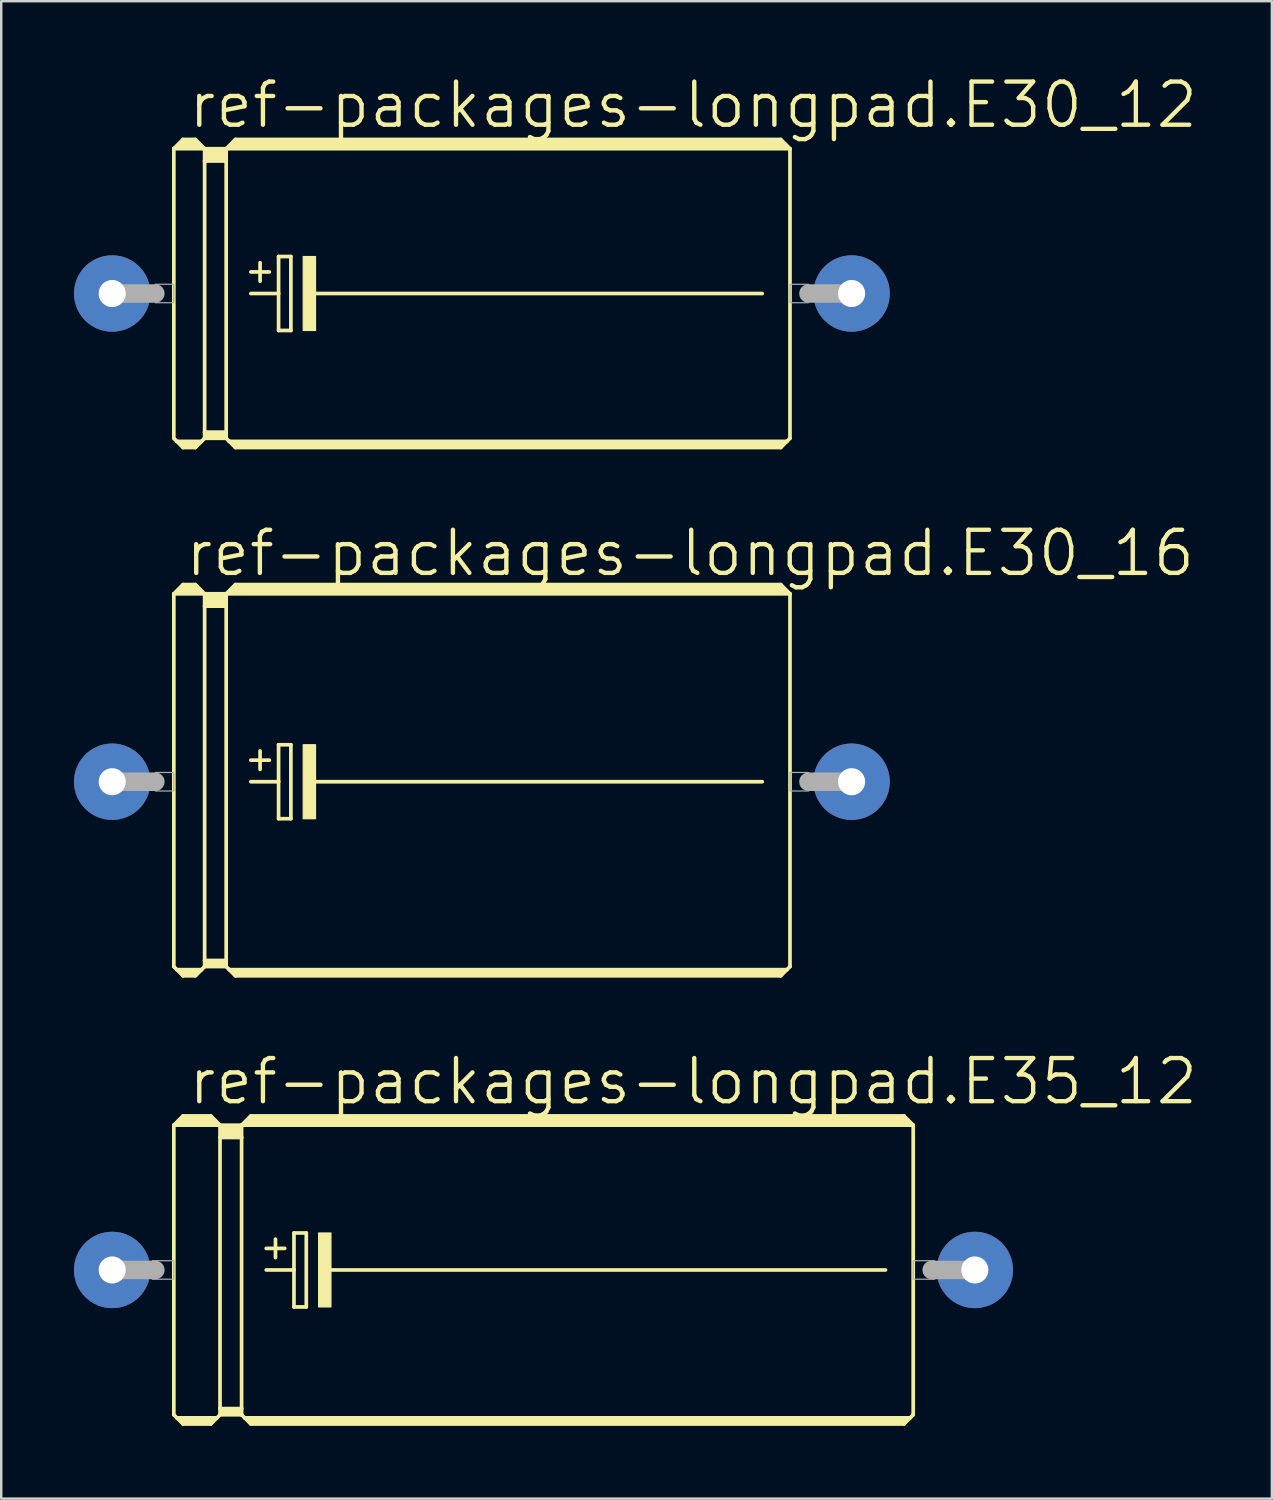
<source format=kicad_pcb>
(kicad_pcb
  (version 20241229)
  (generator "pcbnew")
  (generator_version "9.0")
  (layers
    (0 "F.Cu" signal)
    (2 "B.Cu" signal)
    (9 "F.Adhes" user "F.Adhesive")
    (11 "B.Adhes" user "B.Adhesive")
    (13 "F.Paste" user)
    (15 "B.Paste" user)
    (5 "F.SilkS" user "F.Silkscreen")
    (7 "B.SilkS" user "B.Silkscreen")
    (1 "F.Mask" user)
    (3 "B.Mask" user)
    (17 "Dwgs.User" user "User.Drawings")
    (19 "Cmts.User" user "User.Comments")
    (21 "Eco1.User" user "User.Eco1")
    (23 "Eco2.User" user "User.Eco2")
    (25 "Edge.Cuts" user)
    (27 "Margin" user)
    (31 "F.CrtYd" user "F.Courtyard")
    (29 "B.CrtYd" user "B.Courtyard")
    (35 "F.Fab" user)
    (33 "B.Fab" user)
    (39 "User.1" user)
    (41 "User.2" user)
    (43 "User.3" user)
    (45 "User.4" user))
  (footprint "ref-packages-longpad.E30_12"
    (layer "F.Cu")
    (at 16.815 9.049)
    (property "Reference" "ref-packages-longpad.E30_12" (at -12.192 -6.731 0) (layer "F.SilkS") (effects (font (size 1.778 1.778) (thickness 0.18)) (justify left bottom)))
    (attr through_hole)
    (fp_line (start -12.7 -5.969) (end -12.7 5.969) (stroke (width 0.152) (type default)) (layer "F.SilkS"))
    (fp_line (start -12.7 -5.969) (end -12.319 -6.35) (stroke (width 0.152) (type default)) (layer "F.SilkS"))
    (fp_line (start -12.7 -5.969) (end -11.43 -5.969) (stroke (width 0.152) (type default)) (layer "F.SilkS"))
    (fp_line (start -12.7 5.969) (end -12.573 6.096) (stroke (width 0.152) (type default)) (layer "F.SilkS"))
    (fp_line (start -12.573 6.096) (end -12.319 6.35) (stroke (width 0.152) (type default)) (layer "F.SilkS"))
    (fp_line (start -12.573 6.096) (end -11.557 6.096) (stroke (width 0.152) (type default)) (layer "F.SilkS"))
    (fp_line (start -12.446 -6.096) (end -11.684 -6.096) (stroke (width 0.305) (type default)) (layer "F.SilkS"))
    (fp_line (start -12.319 -6.35) (end -11.811 -6.35) (stroke (width 0.152) (type default)) (layer "F.SilkS"))
    (fp_line (start -12.319 -6.223) (end -11.811 -6.223) (stroke (width 0.305) (type default)) (layer "F.SilkS"))
    (fp_line (start -12.319 6.223) (end -11.811 6.223) (stroke (width 0.305) (type default)) (layer "F.SilkS"))
    (fp_line (start -12.319 6.35) (end -11.811 6.35) (stroke (width 0.152) (type default)) (layer "F.SilkS"))
    (fp_line (start -11.557 6.096) (end -11.811 6.35) (stroke (width 0.152) (type default)) (layer "F.SilkS"))
    (fp_line (start -11.43 -5.969) (end -11.811 -6.35) (stroke (width 0.152) (type default)) (layer "F.SilkS"))
    (fp_line (start -11.43 -5.969) (end -11.43 -5.461) (stroke (width 0.152) (type default)) (layer "F.SilkS"))
    (fp_line (start -11.43 -5.969) (end -10.541 -5.969) (stroke (width 0.152) (type default)) (layer "F.SilkS"))
    (fp_line (start -11.43 -5.461) (end -11.43 5.715) (stroke (width 0.152) (type default)) (layer "F.SilkS"))
    (fp_line (start -11.43 -5.461) (end -10.541 -5.461) (stroke (width 0.152) (type default)) (layer "F.SilkS"))
    (fp_line (start -11.43 5.715) (end -11.43 5.969) (stroke (width 0.152) (type default)) (layer "F.SilkS"))
    (fp_line (start -11.43 5.715) (end -10.541 5.715) (stroke (width 0.152) (type default)) (layer "F.SilkS"))
    (fp_line (start -11.43 5.969) (end -11.557 6.096) (stroke (width 0.152) (type default)) (layer "F.SilkS"))
    (fp_line (start -11.43 5.969) (end -10.541 5.969) (stroke (width 0.152) (type default)) (layer "F.SilkS"))
    (fp_line (start -11.303 -5.842) (end -10.668 -5.842) (stroke (width 0.305) (type default)) (layer "F.SilkS"))
    (fp_line (start -11.303 -5.588) (end -10.668 -5.588) (stroke (width 0.305) (type default)) (layer "F.SilkS"))
    (fp_line (start -11.303 5.842) (end -10.668 5.842) (stroke (width 0.305) (type default)) (layer "F.SilkS"))
    (fp_line (start -10.541 -5.969) (end -10.541 -5.461) (stroke (width 0.152) (type default)) (layer "F.SilkS"))
    (fp_line (start -10.541 -5.969) (end -10.16 -6.35) (stroke (width 0.152) (type default)) (layer "F.SilkS"))
    (fp_line (start -10.541 -5.969) (end 12.7 -5.969) (stroke (width 0.152) (type default)) (layer "F.SilkS"))
    (fp_line (start -10.541 -5.461) (end -10.541 5.715) (stroke (width 0.152) (type default)) (layer "F.SilkS"))
    (fp_line (start -10.541 5.715) (end -10.541 5.969) (stroke (width 0.152) (type default)) (layer "F.SilkS"))
    (fp_line (start -10.414 6.096) (end -10.541 5.969) (stroke (width 0.152) (type default)) (layer "F.SilkS"))
    (fp_line (start -10.414 6.096) (end 12.573 6.096) (stroke (width 0.152) (type default)) (layer "F.SilkS"))
    (fp_line (start -10.287 -6.096) (end 12.446 -6.096) (stroke (width 0.305) (type default)) (layer "F.SilkS"))
    (fp_line (start -10.16 -6.223) (end 12.319 -6.223) (stroke (width 0.305) (type default)) (layer "F.SilkS"))
    (fp_line (start -10.16 6.223) (end 12.319 6.223) (stroke (width 0.305) (type default)) (layer "F.SilkS"))
    (fp_line (start -10.16 6.35) (end -10.414 6.096) (stroke (width 0.152) (type default)) (layer "F.SilkS"))
    (fp_line (start -9.525 -0.889) (end -8.763 -0.889) (stroke (width 0.152) (type default)) (layer "F.SilkS"))
    (fp_line (start -9.525 0) (end -8.382 0) (stroke (width 0.152) (type default)) (layer "F.SilkS"))
    (fp_line (start -9.144 -1.27) (end -9.144 -0.508) (stroke (width 0.152) (type default)) (layer "F.SilkS"))
    (fp_line (start -8.382 -1.524) (end -8.382 0) (stroke (width 0.152) (type default)) (layer "F.SilkS"))
    (fp_line (start -8.382 0) (end -8.382 1.524) (stroke (width 0.152) (type default)) (layer "F.SilkS"))
    (fp_line (start -8.382 1.524) (end -7.874 1.524) (stroke (width 0.152) (type default)) (layer "F.SilkS"))
    (fp_line (start -7.874 -1.524) (end -8.382 -1.524) (stroke (width 0.152) (type default)) (layer "F.SilkS"))
    (fp_line (start -7.874 1.524) (end -7.874 -1.524) (stroke (width 0.152) (type default)) (layer "F.SilkS"))
    (fp_line (start -6.985 0) (end 11.557 0) (stroke (width 0.152) (type default)) (layer "F.SilkS"))
    (fp_line (start 12.319 -6.35) (end -10.16 -6.35) (stroke (width 0.152) (type default)) (layer "F.SilkS"))
    (fp_line (start 12.319 6.35) (end -10.16 6.35) (stroke (width 0.152) (type default)) (layer "F.SilkS"))
    (fp_line (start 12.573 6.096) (end 12.319 6.35) (stroke (width 0.152) (type default)) (layer "F.SilkS"))
    (fp_line (start 12.7 -5.969) (end 12.319 -6.35) (stroke (width 0.152) (type default)) (layer "F.SilkS"))
    (fp_line (start 12.7 -5.969) (end 12.7 5.969) (stroke (width 0.152) (type default)) (layer "F.SilkS"))
    (fp_line (start 12.7 5.969) (end 12.573 6.096) (stroke (width 0.152) (type default)) (layer "F.SilkS"))
    (fp_rect (start -7.366 1.524) (end -6.858 -1.524) (stroke (width 0.05) (type default)) (fill yes) (layer "F.SilkS"))
    (fp_line (start -15.24 0) (end -13.462 0) (stroke (width 0.762) (type default)) (layer "F.Fab"))
    (fp_line (start 15.24 0) (end 13.462 0) (stroke (width 0.762) (type default)) (layer "F.Fab"))
    (fp_rect (start -13.462 0.381) (end -12.7 -0.381) (stroke (width 0.05) (type default)) (fill no) (layer "F.Fab"))
    (fp_rect (start 12.7 0.381) (end 13.462 -0.381) (stroke (width 0.05) (type default)) (fill no) (layer "F.Fab"))
    (pad "+" thru_hole circle (at -15.24 0) (size 3.15 3.15) (drill 1.118) (layers "*.Cu" "*.Mask"))
    (pad "-" thru_hole circle (at 15.24 0) (size 3.15 3.15) (drill 1.118) (layers "*.Cu" "*.Mask")))
  (footprint "ref-packages-longpad.E35_12"
    (layer "F.Cu")
    (at 19.355 49.301)
    (property "Reference" "ref-packages-longpad.E35_12" (at -14.732 -6.731 0) (layer "F.SilkS") (effects (font (size 1.778 1.778) (thickness 0.18)) (justify left bottom)))
    (attr through_hole)
    (fp_line (start -15.24 -5.969) (end -15.24 5.969) (stroke (width 0.152) (type default)) (layer "F.SilkS"))
    (fp_line (start -15.24 -5.969) (end -14.859 -6.35) (stroke (width 0.152) (type default)) (layer "F.SilkS"))
    (fp_line (start -15.24 -5.969) (end -13.335 -5.969) (stroke (width 0.152) (type default)) (layer "F.SilkS"))
    (fp_line (start -15.24 5.969) (end -15.113 6.096) (stroke (width 0.152) (type default)) (layer "F.SilkS"))
    (fp_line (start -15.113 6.096) (end -14.859 6.35) (stroke (width 0.152) (type default)) (layer "F.SilkS"))
    (fp_line (start -15.113 6.096) (end -13.462 6.096) (stroke (width 0.152) (type default)) (layer "F.SilkS"))
    (fp_line (start -14.986 -6.096) (end -13.589 -6.096) (stroke (width 0.305) (type default)) (layer "F.SilkS"))
    (fp_line (start -14.859 -6.35) (end -13.716 -6.35) (stroke (width 0.152) (type default)) (layer "F.SilkS"))
    (fp_line (start -14.859 -6.223) (end -13.716 -6.223) (stroke (width 0.305) (type default)) (layer "F.SilkS"))
    (fp_line (start -14.859 6.223) (end -13.716 6.223) (stroke (width 0.305) (type default)) (layer "F.SilkS"))
    (fp_line (start -14.859 6.35) (end -13.716 6.35) (stroke (width 0.152) (type default)) (layer "F.SilkS"))
    (fp_line (start -13.462 6.096) (end -13.716 6.35) (stroke (width 0.152) (type default)) (layer "F.SilkS"))
    (fp_line (start -13.335 -5.969) (end -13.716 -6.35) (stroke (width 0.152) (type default)) (layer "F.SilkS"))
    (fp_line (start -13.335 -5.969) (end -13.335 -5.461) (stroke (width 0.152) (type default)) (layer "F.SilkS"))
    (fp_line (start -13.335 -5.969) (end -12.446 -5.969) (stroke (width 0.152) (type default)) (layer "F.SilkS"))
    (fp_line (start -13.335 -5.461) (end -13.335 5.715) (stroke (width 0.152) (type default)) (layer "F.SilkS"))
    (fp_line (start -13.335 -5.461) (end -12.446 -5.461) (stroke (width 0.152) (type default)) (layer "F.SilkS"))
    (fp_line (start -13.335 5.715) (end -13.335 5.969) (stroke (width 0.152) (type default)) (layer "F.SilkS"))
    (fp_line (start -13.335 5.715) (end -12.446 5.715) (stroke (width 0.152) (type default)) (layer "F.SilkS"))
    (fp_line (start -13.335 5.969) (end -13.462 6.096) (stroke (width 0.152) (type default)) (layer "F.SilkS"))
    (fp_line (start -13.335 5.969) (end -12.446 5.969) (stroke (width 0.152) (type default)) (layer "F.SilkS"))
    (fp_line (start -13.208 -5.842) (end -12.573 -5.842) (stroke (width 0.305) (type default)) (layer "F.SilkS"))
    (fp_line (start -13.208 -5.588) (end -12.573 -5.588) (stroke (width 0.305) (type default)) (layer "F.SilkS"))
    (fp_line (start -13.208 5.842) (end -12.573 5.842) (stroke (width 0.305) (type default)) (layer "F.SilkS"))
    (fp_line (start -12.446 -5.969) (end -12.446 -5.461) (stroke (width 0.152) (type default)) (layer "F.SilkS"))
    (fp_line (start -12.446 -5.969) (end -12.065 -6.35) (stroke (width 0.152) (type default)) (layer "F.SilkS"))
    (fp_line (start -12.446 -5.969) (end 15.24 -5.969) (stroke (width 0.152) (type default)) (layer "F.SilkS"))
    (fp_line (start -12.446 -5.461) (end -12.446 5.715) (stroke (width 0.152) (type default)) (layer "F.SilkS"))
    (fp_line (start -12.446 5.715) (end -12.446 5.969) (stroke (width 0.152) (type default)) (layer "F.SilkS"))
    (fp_line (start -12.319 6.096) (end -12.446 5.969) (stroke (width 0.152) (type default)) (layer "F.SilkS"))
    (fp_line (start -12.319 6.096) (end 15.113 6.096) (stroke (width 0.152) (type default)) (layer "F.SilkS"))
    (fp_line (start -12.192 -6.096) (end 14.986 -6.096) (stroke (width 0.305) (type default)) (layer "F.SilkS"))
    (fp_line (start -12.065 -6.223) (end 14.859 -6.223) (stroke (width 0.305) (type default)) (layer "F.SilkS"))
    (fp_line (start -12.065 6.223) (end 14.859 6.223) (stroke (width 0.305) (type default)) (layer "F.SilkS"))
    (fp_line (start -12.065 6.35) (end -12.319 6.096) (stroke (width 0.152) (type default)) (layer "F.SilkS"))
    (fp_line (start -11.43 -0.889) (end -10.668 -0.889) (stroke (width 0.152) (type default)) (layer "F.SilkS"))
    (fp_line (start -11.43 0) (end -10.287 0) (stroke (width 0.152) (type default)) (layer "F.SilkS"))
    (fp_line (start -11.049 -1.27) (end -11.049 -0.508) (stroke (width 0.152) (type default)) (layer "F.SilkS"))
    (fp_line (start -10.287 -1.524) (end -10.287 0) (stroke (width 0.152) (type default)) (layer "F.SilkS"))
    (fp_line (start -10.287 0) (end -10.287 1.524) (stroke (width 0.152) (type default)) (layer "F.SilkS"))
    (fp_line (start -10.287 1.524) (end -9.779 1.524) (stroke (width 0.152) (type default)) (layer "F.SilkS"))
    (fp_line (start -9.779 -1.524) (end -10.287 -1.524) (stroke (width 0.152) (type default)) (layer "F.SilkS"))
    (fp_line (start -9.779 1.524) (end -9.779 -1.524) (stroke (width 0.152) (type default)) (layer "F.SilkS"))
    (fp_line (start -8.89 0) (end 14.097 0) (stroke (width 0.152) (type default)) (layer "F.SilkS"))
    (fp_line (start 14.859 -6.35) (end -12.065 -6.35) (stroke (width 0.152) (type default)) (layer "F.SilkS"))
    (fp_line (start 14.859 6.35) (end -12.065 6.35) (stroke (width 0.152) (type default)) (layer "F.SilkS"))
    (fp_line (start 15.113 6.096) (end 14.859 6.35) (stroke (width 0.152) (type default)) (layer "F.SilkS"))
    (fp_line (start 15.24 -5.969) (end 14.859 -6.35) (stroke (width 0.152) (type default)) (layer "F.SilkS"))
    (fp_line (start 15.24 -5.969) (end 15.24 5.969) (stroke (width 0.152) (type default)) (layer "F.SilkS"))
    (fp_line (start 15.24 5.969) (end 15.113 6.096) (stroke (width 0.152) (type default)) (layer "F.SilkS"))
    (fp_rect (start -9.271 1.524) (end -8.763 -1.524) (stroke (width 0.05) (type default)) (fill yes) (layer "F.SilkS"))
    (fp_line (start -17.78 0) (end -16.002 0) (stroke (width 0.762) (type default)) (layer "F.Fab"))
    (fp_line (start 17.78 0) (end 16.002 0) (stroke (width 0.762) (type default)) (layer "F.Fab"))
    (fp_rect (start -16.129 0.381) (end -15.24 -0.381) (stroke (width 0.05) (type default)) (fill no) (layer "F.Fab"))
    (fp_rect (start 15.24 0.381) (end 16.129 -0.381) (stroke (width 0.05) (type default)) (fill no) (layer "F.Fab"))
    (pad "+" thru_hole circle (at -17.78 0) (size 3.15 3.15) (drill 1.118) (layers "*.Cu" "*.Mask"))
    (pad "-" thru_hole circle (at 17.78 0) (size 3.15 3.15) (drill 1.118) (layers "*.Cu" "*.Mask")))
  (footprint "ref-packages-longpad.E30_16"
    (layer "F.Cu")
    (at 16.815 29.175)
    (property "Reference" "ref-packages-longpad.E30_16" (at -12.319 -8.382 0) (layer "F.SilkS") (effects (font (size 1.778 1.778) (thickness 0.18)) (justify left bottom)))
    (attr through_hole)
    (fp_line (start -12.7 -7.747) (end -12.7 7.62) (stroke (width 0.152) (type default)) (layer "F.SilkS"))
    (fp_line (start -12.7 -7.747) (end -12.319 -8.128) (stroke (width 0.152) (type default)) (layer "F.SilkS"))
    (fp_line (start -12.7 -7.747) (end -11.43 -7.747) (stroke (width 0.152) (type default)) (layer "F.SilkS"))
    (fp_line (start -12.7 7.62) (end -12.573 7.747) (stroke (width 0.152) (type default)) (layer "F.SilkS"))
    (fp_line (start -12.573 7.747) (end -12.319 8.001) (stroke (width 0.152) (type default)) (layer "F.SilkS"))
    (fp_line (start -12.573 7.747) (end -11.557 7.747) (stroke (width 0.152) (type default)) (layer "F.SilkS"))
    (fp_line (start -12.446 -7.874) (end -11.684 -7.874) (stroke (width 0.305) (type default)) (layer "F.SilkS"))
    (fp_line (start -12.319 -8.128) (end -11.811 -8.128) (stroke (width 0.152) (type default)) (layer "F.SilkS"))
    (fp_line (start -12.319 -8.001) (end -11.811 -8.001) (stroke (width 0.305) (type default)) (layer "F.SilkS"))
    (fp_line (start -12.319 7.874) (end -11.811 7.874) (stroke (width 0.305) (type default)) (layer "F.SilkS"))
    (fp_line (start -12.319 8.001) (end -11.811 8.001) (stroke (width 0.152) (type default)) (layer "F.SilkS"))
    (fp_line (start -11.557 7.747) (end -11.811 8.001) (stroke (width 0.152) (type default)) (layer "F.SilkS"))
    (fp_line (start -11.43 -7.747) (end -11.811 -8.128) (stroke (width 0.152) (type default)) (layer "F.SilkS"))
    (fp_line (start -11.43 -7.747) (end -11.43 -7.239) (stroke (width 0.152) (type default)) (layer "F.SilkS"))
    (fp_line (start -11.43 -7.747) (end -10.541 -7.747) (stroke (width 0.152) (type default)) (layer "F.SilkS"))
    (fp_line (start -11.43 -7.239) (end -11.43 7.366) (stroke (width 0.152) (type default)) (layer "F.SilkS"))
    (fp_line (start -11.43 -7.239) (end -10.541 -7.239) (stroke (width 0.152) (type default)) (layer "F.SilkS"))
    (fp_line (start -11.43 7.366) (end -11.43 7.62) (stroke (width 0.152) (type default)) (layer "F.SilkS"))
    (fp_line (start -11.43 7.366) (end -10.541 7.366) (stroke (width 0.152) (type default)) (layer "F.SilkS"))
    (fp_line (start -11.43 7.62) (end -11.557 7.747) (stroke (width 0.152) (type default)) (layer "F.SilkS"))
    (fp_line (start -11.43 7.62) (end -10.541 7.62) (stroke (width 0.152) (type default)) (layer "F.SilkS"))
    (fp_line (start -11.303 -7.62) (end -10.668 -7.62) (stroke (width 0.305) (type default)) (layer "F.SilkS"))
    (fp_line (start -11.303 -7.366) (end -10.668 -7.366) (stroke (width 0.305) (type default)) (layer "F.SilkS"))
    (fp_line (start -11.303 7.493) (end -10.668 7.493) (stroke (width 0.305) (type default)) (layer "F.SilkS"))
    (fp_line (start -10.541 -7.747) (end -10.541 -7.239) (stroke (width 0.152) (type default)) (layer "F.SilkS"))
    (fp_line (start -10.541 -7.747) (end -10.16 -8.128) (stroke (width 0.152) (type default)) (layer "F.SilkS"))
    (fp_line (start -10.541 -7.747) (end 12.7 -7.747) (stroke (width 0.152) (type default)) (layer "F.SilkS"))
    (fp_line (start -10.541 -7.239) (end -10.541 7.366) (stroke (width 0.152) (type default)) (layer "F.SilkS"))
    (fp_line (start -10.541 7.366) (end -10.541 7.62) (stroke (width 0.152) (type default)) (layer "F.SilkS"))
    (fp_line (start -10.414 7.747) (end -10.541 7.62) (stroke (width 0.152) (type default)) (layer "F.SilkS"))
    (fp_line (start -10.414 7.747) (end 12.573 7.747) (stroke (width 0.152) (type default)) (layer "F.SilkS"))
    (fp_line (start -10.287 -7.874) (end 12.446 -7.874) (stroke (width 0.305) (type default)) (layer "F.SilkS"))
    (fp_line (start -10.16 -8.001) (end 12.319 -8.001) (stroke (width 0.305) (type default)) (layer "F.SilkS"))
    (fp_line (start -10.16 7.874) (end 12.319 7.874) (stroke (width 0.305) (type default)) (layer "F.SilkS"))
    (fp_line (start -10.16 8.001) (end -10.414 7.747) (stroke (width 0.152) (type default)) (layer "F.SilkS"))
    (fp_line (start -9.525 -0.889) (end -8.763 -0.889) (stroke (width 0.152) (type default)) (layer "F.SilkS"))
    (fp_line (start -9.525 0) (end -8.382 0) (stroke (width 0.152) (type default)) (layer "F.SilkS"))
    (fp_line (start -9.144 -1.27) (end -9.144 -0.508) (stroke (width 0.152) (type default)) (layer "F.SilkS"))
    (fp_line (start -8.382 -1.524) (end -8.382 0) (stroke (width 0.152) (type default)) (layer "F.SilkS"))
    (fp_line (start -8.382 0) (end -8.382 1.524) (stroke (width 0.152) (type default)) (layer "F.SilkS"))
    (fp_line (start -8.382 1.524) (end -7.874 1.524) (stroke (width 0.152) (type default)) (layer "F.SilkS"))
    (fp_line (start -7.874 -1.524) (end -8.382 -1.524) (stroke (width 0.152) (type default)) (layer "F.SilkS"))
    (fp_line (start -7.874 1.524) (end -7.874 -1.524) (stroke (width 0.152) (type default)) (layer "F.SilkS"))
    (fp_line (start -6.985 0) (end 11.557 0) (stroke (width 0.152) (type default)) (layer "F.SilkS"))
    (fp_line (start 12.319 -8.128) (end -10.16 -8.128) (stroke (width 0.152) (type default)) (layer "F.SilkS"))
    (fp_line (start 12.319 8.001) (end -10.16 8.001) (stroke (width 0.152) (type default)) (layer "F.SilkS"))
    (fp_line (start 12.573 7.747) (end 12.319 8.001) (stroke (width 0.152) (type default)) (layer "F.SilkS"))
    (fp_line (start 12.7 -7.747) (end 12.319 -8.128) (stroke (width 0.152) (type default)) (layer "F.SilkS"))
    (fp_line (start 12.7 -7.747) (end 12.7 7.62) (stroke (width 0.152) (type default)) (layer "F.SilkS"))
    (fp_line (start 12.7 7.62) (end 12.573 7.747) (stroke (width 0.152) (type default)) (layer "F.SilkS"))
    (fp_rect (start -7.366 1.524) (end -6.858 -1.524) (stroke (width 0.05) (type default)) (fill yes) (layer "F.SilkS"))
    (fp_line (start -15.24 0) (end -13.462 0) (stroke (width 0.762) (type default)) (layer "F.Fab"))
    (fp_line (start 15.24 0) (end 13.462 0) (stroke (width 0.762) (type default)) (layer "F.Fab"))
    (fp_rect (start -13.462 0.381) (end -12.7 -0.381) (stroke (width 0.05) (type default)) (fill no) (layer "F.Fab"))
    (fp_rect (start 12.7 0.381) (end 13.462 -0.381) (stroke (width 0.05) (type default)) (fill no) (layer "F.Fab"))
    (pad "+" thru_hole circle (at -15.24 0) (size 3.15 3.15) (drill 1.118) (layers "*.Cu" "*.Mask"))
    (pad "-" thru_hole circle (at 15.24 0) (size 3.15 3.15) (drill 1.118) (layers "*.Cu" "*.Mask")))
  (gr_rect
    (start -3 -3)
    (end 49.379 58.728)
    (stroke (width 0.1) (type default))
    (fill no)
    (layer "Edge.Cuts")))
</source>
